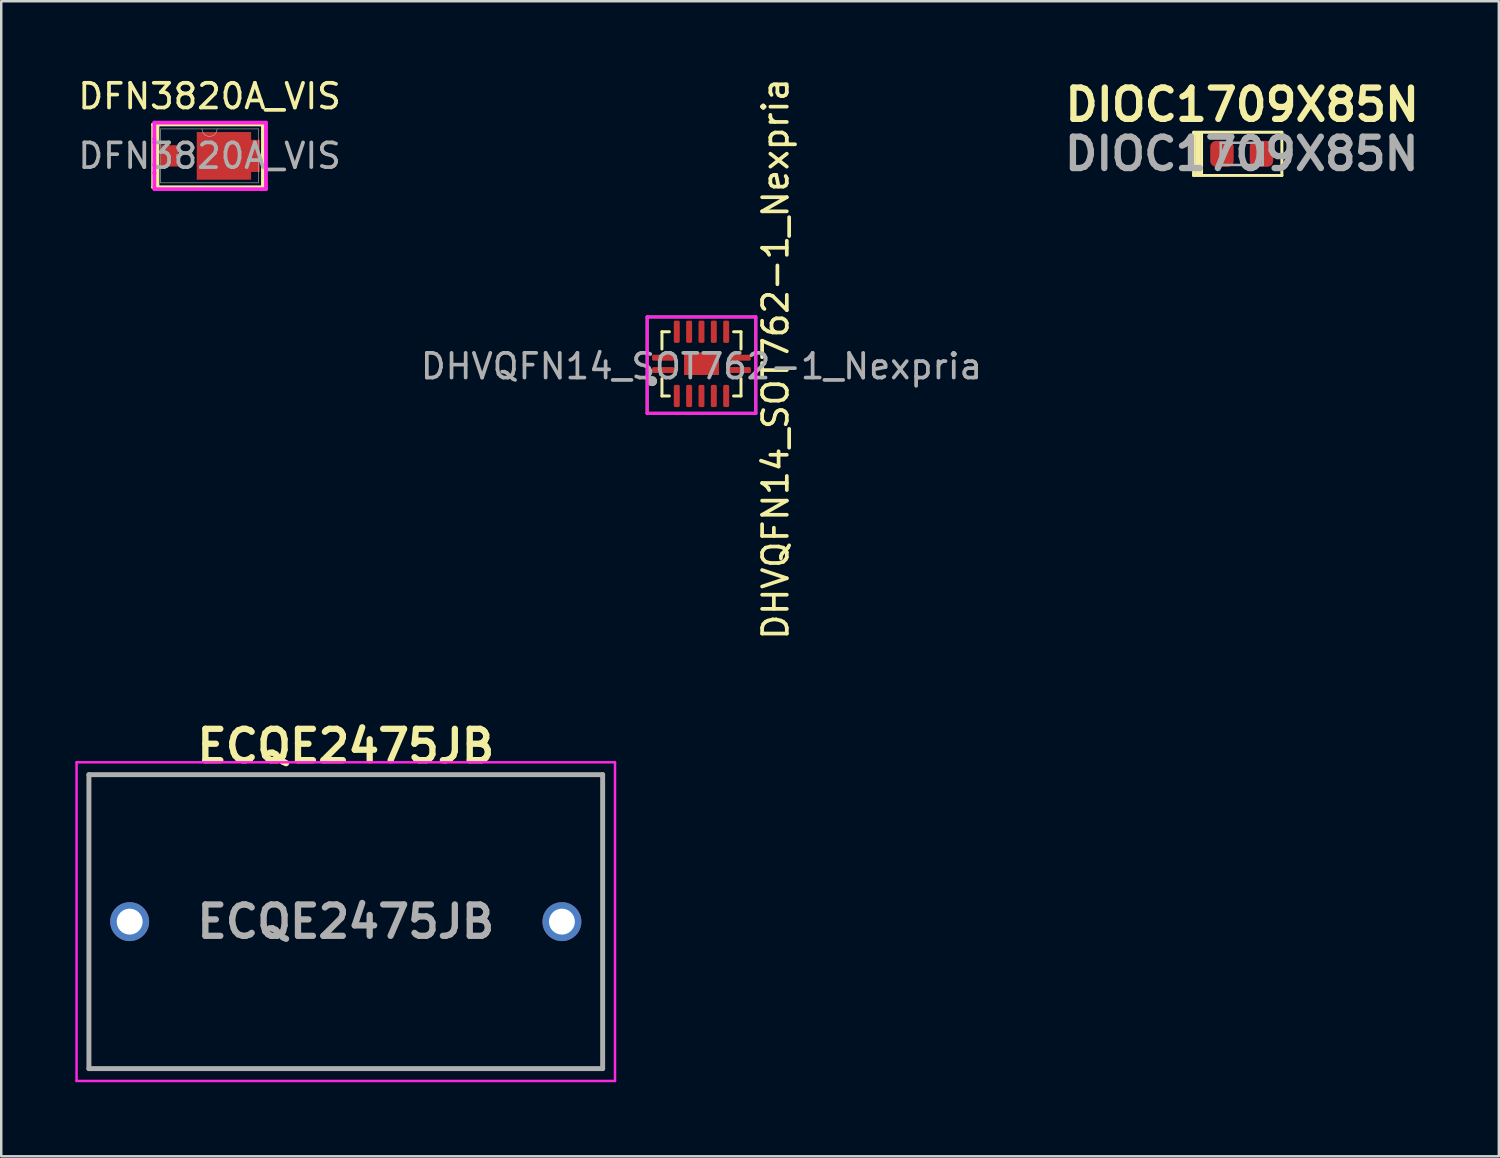
<source format=kicad_pcb>
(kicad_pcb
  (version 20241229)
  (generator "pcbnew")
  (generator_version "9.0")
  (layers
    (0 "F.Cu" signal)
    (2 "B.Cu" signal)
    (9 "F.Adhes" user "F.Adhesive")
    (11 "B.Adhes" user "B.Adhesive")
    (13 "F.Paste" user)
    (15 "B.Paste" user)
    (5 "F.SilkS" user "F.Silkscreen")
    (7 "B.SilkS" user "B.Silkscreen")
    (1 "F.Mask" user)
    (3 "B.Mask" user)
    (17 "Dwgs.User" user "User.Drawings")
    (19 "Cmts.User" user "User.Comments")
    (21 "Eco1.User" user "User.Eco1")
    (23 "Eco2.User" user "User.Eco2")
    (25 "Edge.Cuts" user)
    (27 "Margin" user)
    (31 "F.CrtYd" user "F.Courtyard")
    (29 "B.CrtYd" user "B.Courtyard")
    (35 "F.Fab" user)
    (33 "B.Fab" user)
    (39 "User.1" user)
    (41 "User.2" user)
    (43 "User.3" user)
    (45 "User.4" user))
  (footprint "DHVQFN14_SOT762-1_Nexpria"
    (layer "F.Cu")
    (at 25.351 11.682)
    (property "Reference" "DHVQFN14_SOT762-1_Nexpria" (at 3 -0.2 90) (unlocked yes) (layer "F.SilkS") (effects (font (size 1 1) (thickness 0.15))))
    (attr smd)
    (fp_line (start -1.6 -1.3) (end -1.3 -1.3) (stroke (width 0.12) (type solid)) (layer "F.SilkS"))
    (fp_line (start -1.6 -0.6) (end -1.6 -1.3) (stroke (width 0.12) (type solid)) (layer "F.SilkS"))
    (fp_line (start -1.6 1.3) (end -1.6 0.6) (stroke (width 0.12) (type solid)) (layer "F.SilkS"))
    (fp_line (start -1.3 1.3) (end -1.6 1.3) (stroke (width 0.12) (type solid)) (layer "F.SilkS"))
    (fp_line (start 1.3 -1.3) (end 1.6 -1.3) (stroke (width 0.12) (type solid)) (layer "F.SilkS"))
    (fp_line (start 1.6 -1.3) (end 1.6 -0.6) (stroke (width 0.12) (type solid)) (layer "F.SilkS"))
    (fp_line (start 1.6 0.6) (end 1.6 1.3) (stroke (width 0.12) (type solid)) (layer "F.SilkS"))
    (fp_line (start 1.6 1.3) (end 1.3 1.3) (stroke (width 0.12) (type solid)) (layer "F.SilkS"))
    (fp_circle (center -2 0.7) (end -1.9 0.7) (stroke (width 0.2) (type solid)) (fill no) (layer "F.SilkS"))
    (fp_line (start -2.2 -1.9) (end 2.2 -1.9) (stroke (width 0.12) (type solid)) (layer "F.CrtYd"))
    (fp_line (start -2.2 2) (end -2.2 -1.9) (stroke (width 0.12) (type solid)) (layer "F.CrtYd"))
    (fp_line (start 2.2 -1.9) (end 2.2 2) (stroke (width 0.12) (type solid)) (layer "F.CrtYd"))
    (fp_line (start 2.2 2) (end -2.2 2) (stroke (width 0.12) (type solid)) (layer "F.CrtYd"))
    (fp_line (start -2.2 -1.9) (end 2.2 -1.9) (stroke (width 0.12) (type solid)) (layer "F.Fab"))
    (fp_line (start -2.2 2) (end -2.2 -1.9) (stroke (width 0.12) (type solid)) (layer "F.Fab"))
    (fp_line (start 2.2 -1.9) (end 2.2 2) (stroke (width 0.12) (type solid)) (layer "F.Fab"))
    (fp_line (start 2.2 2) (end -2.2 2) (stroke (width 0.12) (type solid)) (layer "F.Fab"))
    (fp_circle (center -2 0.7) (end -1.9 0.7) (stroke (width 0.2) (type solid)) (fill no) (layer "F.Fab"))
    (fp_text user "${REFERENCE}" (at 0 0.1 0) (unlocked yes) (layer "F.Fab") (effects (font (size 1 1) (thickness 0.15))))
    (pad "" smd rect (at 0 0) (size 1.4 0.9) (layers "F.Cu" "F.Mask"))
    (pad "" smd rect (at 0 0) (size 1.4 0.9) (layers "F.Cu" "F.Paste"))
    (pad "1" smd roundrect (at -1.55 0.25 90) (size 0.24 0.9) (layers "F.Cu" "F.Mask" "F.Paste") (roundrect_rratio 0.25))
    (pad "2" smd roundrect (at -1 1.3) (size 0.24 0.9) (layers "F.Cu" "F.Mask" "F.Paste") (roundrect_rratio 0.25))
    (pad "3" smd roundrect (at -0.5 1.3) (size 0.24 0.9) (layers "F.Cu" "F.Mask" "F.Paste") (roundrect_rratio 0.25))
    (pad "4" smd roundrect (at 0 1.3) (size 0.24 0.9) (layers "F.Cu" "F.Mask" "F.Paste") (roundrect_rratio 0.25))
    (pad "5" smd roundrect (at 0.5 1.3) (size 0.24 0.9) (layers "F.Cu" "F.Mask" "F.Paste") (roundrect_rratio 0.25))
    (pad "6" smd roundrect (at 1 1.3) (size 0.24 0.9) (layers "F.Cu" "F.Mask" "F.Paste") (roundrect_rratio 0.25))
    (pad "7" smd roundrect (at 1.55 0.25 90) (size 0.24 0.9) (layers "F.Cu" "F.Mask" "F.Paste") (roundrect_rratio 0.25))
    (pad "8" smd roundrect (at 1.55 -0.25 90) (size 0.24 0.9) (layers "F.Cu" "F.Mask" "F.Paste") (roundrect_rratio 0.25))
    (pad "9" smd roundrect (at 1 -1.3) (size 0.24 0.9) (layers "F.Cu" "F.Mask" "F.Paste") (roundrect_rratio 0.25))
    (pad "10" smd roundrect (at 0.5 -1.3) (size 0.24 0.9) (layers "F.Cu" "F.Mask" "F.Paste") (roundrect_rratio 0.25))
    (pad "11" smd roundrect (at 0 -1.3) (size 0.24 0.9) (layers "F.Cu" "F.Mask" "F.Paste") (roundrect_rratio 0.25))
    (pad "12" smd roundrect (at -0.5 -1.3) (size 0.24 0.9) (layers "F.Cu" "F.Mask" "F.Paste") (roundrect_rratio 0.25))
    (pad "13" smd roundrect (at -1 -1.3) (size 0.24 0.9) (layers "F.Cu" "F.Mask" "F.Paste") (roundrect_rratio 0.25))
    (pad "14" smd roundrect (at -1.55 -0.25 90) (size 0.24 0.9) (layers "F.Cu" "F.Mask" "F.Paste") (roundrect_rratio 0.25)))
  (footprint "DFN3820A_VIS"
    (layer "F.Cu")
    (at 5.435 3.261)
    (property "Reference" "DFN3820A_VIS" (at 0 -2.413 0) (unlocked yes) (layer "F.SilkS") (effects (font (size 1 1) (thickness 0.15))))
    (attr smd)
    (fp_line (start -2.286 1.27) (end -2.286 -1.27) (stroke (width 0.15) (type solid)) (layer "F.SilkS"))
    (fp_line (start -2.286 -1.27) (end 2.159 -1.27) (stroke (width 0.15) (type solid)) (layer "F.SilkS"))
    (fp_line (start -2.159 1.27) (end -2.159 -1.27) (stroke (width 0.15) (type solid)) (layer "F.SilkS"))
    (fp_line (start -2.108 1.27) (end -2.108 -1.27) (stroke (width 0.15) (type solid)) (layer "F.SilkS"))
    (fp_line (start 2.159 1.219) (end 2.159 -1.219) (stroke (width 0.15) (type solid)) (layer "F.SilkS"))
    (fp_line (start 2.159 1.27) (end -2.286 1.27) (stroke (width 0.15) (type solid)) (layer "F.SilkS"))
    (fp_line (start -2.235 -1.346) (end 2.285 -1.346) (stroke (width 0.152) (type solid)) (layer "F.CrtYd"))
    (fp_line (start -2.235 -0.686) (end -2.235 -1.346) (stroke (width 0.152) (type solid)) (layer "F.CrtYd"))
    (fp_line (start -2.235 -0.686) (end -2.235 -0.686) (stroke (width 0.152) (type solid)) (layer "F.CrtYd"))
    (fp_line (start -2.235 0.686) (end -2.235 -0.686) (stroke (width 0.152) (type solid)) (layer "F.CrtYd"))
    (fp_line (start -2.235 0.686) (end -2.235 0.686) (stroke (width 0.152) (type solid)) (layer "F.CrtYd"))
    (fp_line (start -2.235 1.346) (end -2.235 0.686) (stroke (width 0.152) (type solid)) (layer "F.CrtYd"))
    (fp_line (start 2.285 -1.346) (end 2.285 1.346) (stroke (width 0.152) (type solid)) (layer "F.CrtYd"))
    (fp_line (start 2.285 1.346) (end -2.235 1.346) (stroke (width 0.152) (type solid)) (layer "F.CrtYd"))
    (fp_line (start -1.981 -1.092) (end -1.981 1.092) (stroke (width 0.025) (type solid)) (layer "F.Fab"))
    (fp_line (start -1.981 1.092) (end 1.981 1.092) (stroke (width 0.025) (type solid)) (layer "F.Fab"))
    (fp_line (start 1.981 -1.092) (end -1.981 -1.092) (stroke (width 0.025) (type solid)) (layer "F.Fab"))
    (fp_line (start 1.981 1.092) (end 1.981 -1.092) (stroke (width 0.025) (type solid)) (layer "F.Fab"))
    (fp_arc (start 0.3048 -1.0922) (mid 0 -0.7874) (end -0.3048 -1.0922) (stroke (width 0.0254) (type solid)) (layer "F.Fab"))
    (fp_circle (center -1.269 0) (end -1.193 0) (stroke (width 0.025) (type solid)) (fill no) (layer "F.Fab"))
    (fp_text user "${REFERENCE}" (at 0 0 0) (unlocked yes) (layer "F.Fab") (effects (font (size 1 1) (thickness 0.15))))
    (pad "A" smd rect (at -1.625 0) (size 0.711 0.864) (layers "F.Cu" "F.Mask" "F.Paste"))
    (pad "C" smd custom (at 0.581 0) (size 2.2 1.93) (layers "F.Cu" "F.Mask" "F.Paste") (options (anchor rect)) (primitives (gr_poly (pts (xy 1.45 -0.65) (xy 1.1 -0.65) (xy 1.1 -0.965) (xy -1.1 -0.965) (xy -1.1 0.965) (xy 1.1 0.965) (xy 1.1 0.65) (xy 1.45 0.65)) (width 0) (fill yes)))))
  (footprint "DIOC1709X85N"
    (layer "F.Cu")
    (at 47.224 3.179)
    (property "Reference" "DIOC1709X85N" (at 0.02 -1.99 0) (layer "F.SilkS") (effects (font (size 1.27 1.27) (thickness 0.254))))
    (attr smd)
    (fp_line (start -1.95 -0.875) (end -1.95 0.875) (stroke (width 0.12) (type solid)) (layer "F.SilkS"))
    (fp_line (start -1.95 0.875) (end 1.626 0.875) (stroke (width 0.12) (type solid)) (layer "F.SilkS"))
    (fp_line (start -1.829 -0.838) (end -1.829 0.864) (stroke (width 0.12) (type solid)) (layer "F.SilkS"))
    (fp_line (start -1.727 -0.864) (end -1.727 0.864) (stroke (width 0.12) (type solid)) (layer "F.SilkS"))
    (fp_line (start -1.626 -0.864) (end -1.626 0.864) (stroke (width 0.12) (type solid)) (layer "F.SilkS"))
    (fp_line (start 1.626 -0.875) (end -1.93 -0.875) (stroke (width 0.12) (type solid)) (layer "F.SilkS"))
    (fp_line (start 1.626 -0.875) (end 1.626 0.875) (stroke (width 0.12) (type solid)) (layer "F.SilkS"))
    (fp_line (start -0.85 -0.45) (end 0.85 -0.45) (stroke (width 0.1) (type solid)) (layer "F.Fab"))
    (fp_line (start -0.85 0.025) (end -0.375 -0.45) (stroke (width 0.1) (type solid)) (layer "F.Fab"))
    (fp_line (start -0.85 0.45) (end -0.85 -0.45) (stroke (width 0.1) (type solid)) (layer "F.Fab"))
    (fp_line (start 0.85 -0.45) (end 0.85 0.45) (stroke (width 0.1) (type solid)) (layer "F.Fab"))
    (fp_line (start 0.85 0.45) (end -0.85 0.45) (stroke (width 0.1) (type solid)) (layer "F.Fab"))
    (fp_text user "${REFERENCE}" (at 0 0 0) (layer "F.Fab") (effects (font (size 1.27 1.27) (thickness 0.254))))
    (pad "1" smd roundrect (at -0.8 0) (size 0.95 1.05) (layers "F.Cu" "F.Mask" "F.Paste") (roundrect_rratio 0.25))
    (pad "2" smd roundrect (at 0.8 0) (size 0.95 1.05) (layers "F.Cu" "F.Mask" "F.Paste") (roundrect_rratio 0.25)))
  (footprint "ECQE2475JB"
    (layer "F.Cu")
    (at 10.95 34.138)
    (property "Reference" "ECQE2475JB" (at 0 -6.985 0) (layer "F.SilkS") (effects (font (size 1.27 1.27) (thickness 0.254))))
    (attr through_hole)
    (fp_line (start -10.4 -5.823) (end 10.4 -5.823) (stroke (width 0.1) (type solid)) (layer "F.SilkS"))
    (fp_line (start -10.4 6.077) (end -10.4 -5.823) (stroke (width 0.1) (type solid)) (layer "F.SilkS"))
    (fp_line (start 10.4 -5.823) (end 10.4 6.077) (stroke (width 0.1) (type solid)) (layer "F.SilkS"))
    (fp_line (start 10.4 6.077) (end -10.4 6.077) (stroke (width 0.1) (type solid)) (layer "F.SilkS"))
    (fp_line (start -10.9 -6.323) (end 10.9 -6.323) (stroke (width 0.1) (type solid)) (layer "F.CrtYd"))
    (fp_line (start -10.9 6.577) (end -10.9 -6.323) (stroke (width 0.1) (type solid)) (layer "F.CrtYd"))
    (fp_line (start 10.9 -6.323) (end 10.9 6.577) (stroke (width 0.1) (type solid)) (layer "F.CrtYd"))
    (fp_line (start 10.9 6.577) (end -10.9 6.577) (stroke (width 0.1) (type solid)) (layer "F.CrtYd"))
    (fp_line (start -10.4 -5.823) (end 10.4 -5.823) (stroke (width 0.2) (type solid)) (layer "F.Fab"))
    (fp_line (start -10.4 6.077) (end -10.4 -5.823) (stroke (width 0.2) (type solid)) (layer "F.Fab"))
    (fp_line (start 10.4 -5.823) (end 10.4 6.077) (stroke (width 0.2) (type solid)) (layer "F.Fab"))
    (fp_line (start 10.4 6.077) (end -10.4 6.077) (stroke (width 0.2) (type solid)) (layer "F.Fab"))
    (fp_text user "${REFERENCE}" (at 0 0.127 0) (layer "F.Fab") (effects (font (size 1.27 1.27) (thickness 0.254))))
    (pad "1" thru_hole circle (at -8.75 0.127) (size 1.575 1.575) (drill 1.05) (layers "*.Cu" "*.Mask"))
    (pad "2" thru_hole circle (at 8.75 0.127) (size 1.575 1.575) (drill 1.05) (layers "*.Cu" "*.Mask")))
  (gr_rect
    (start -3 -3)
    (end 57.634 43.765)
    (stroke (width 0.1) (type default))
    (fill no)
    (layer "Edge.Cuts")))
</source>
